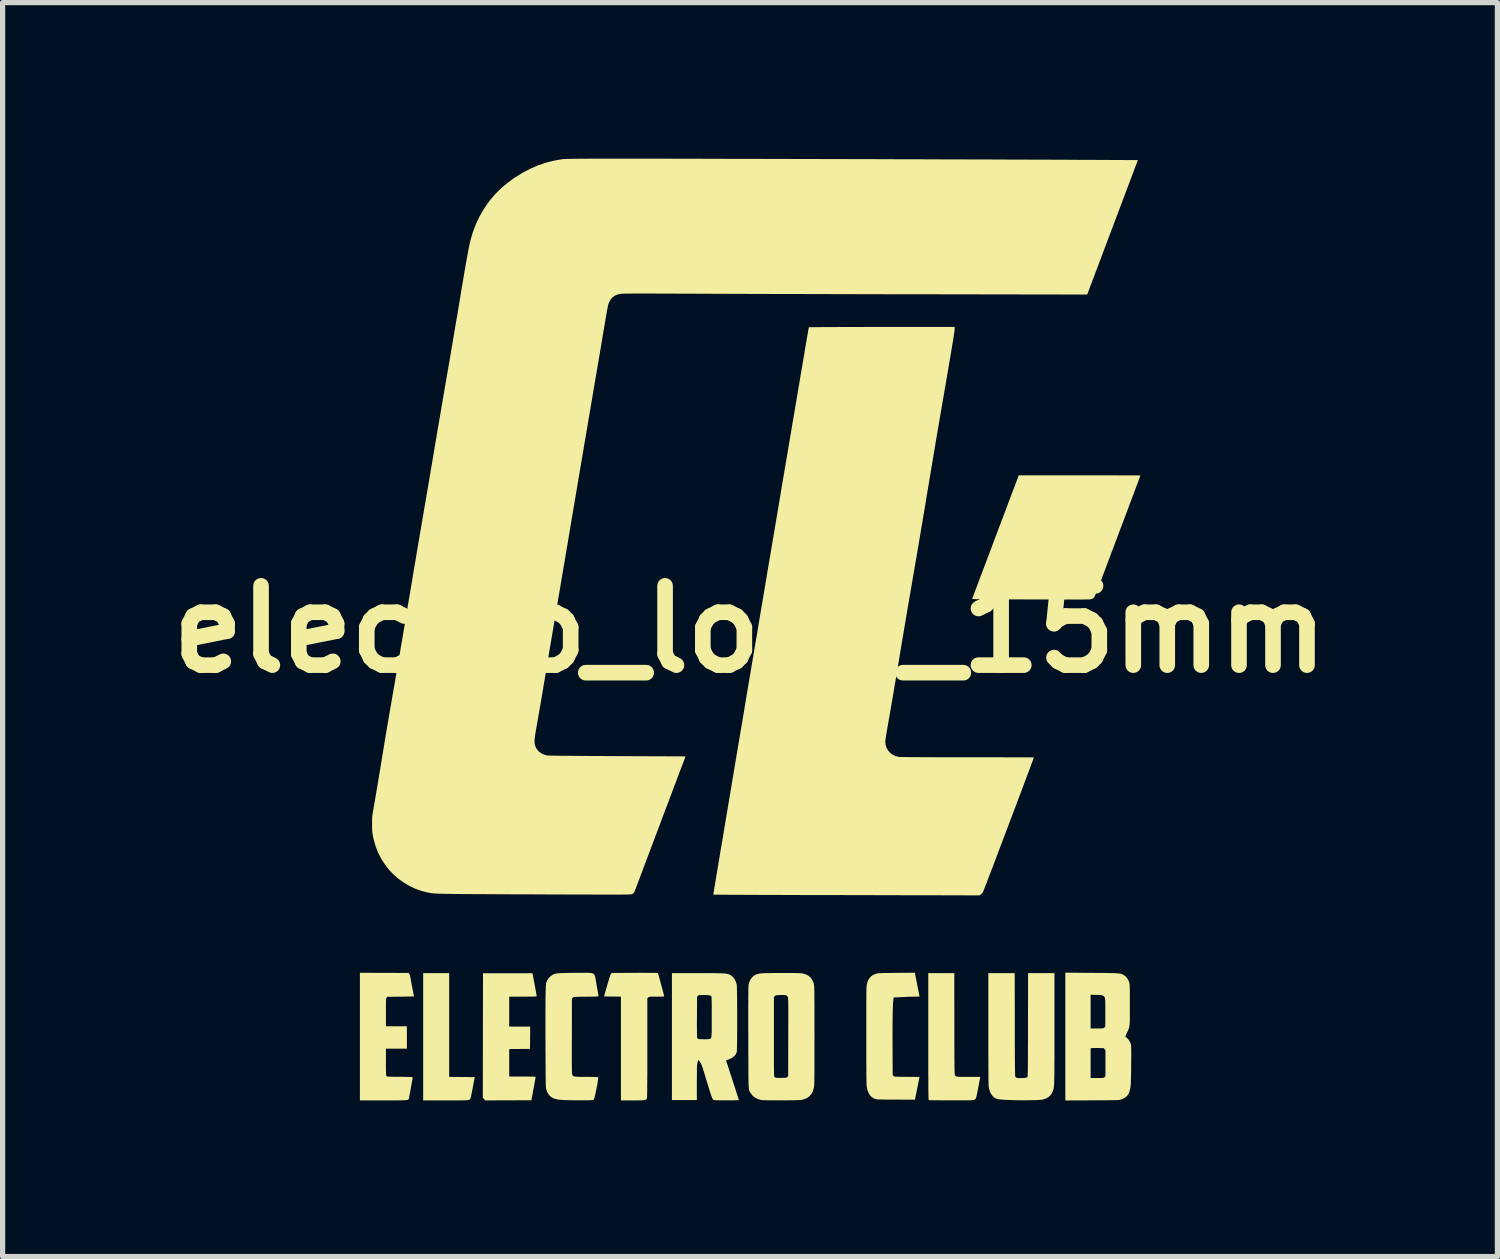
<source format=kicad_pcb>
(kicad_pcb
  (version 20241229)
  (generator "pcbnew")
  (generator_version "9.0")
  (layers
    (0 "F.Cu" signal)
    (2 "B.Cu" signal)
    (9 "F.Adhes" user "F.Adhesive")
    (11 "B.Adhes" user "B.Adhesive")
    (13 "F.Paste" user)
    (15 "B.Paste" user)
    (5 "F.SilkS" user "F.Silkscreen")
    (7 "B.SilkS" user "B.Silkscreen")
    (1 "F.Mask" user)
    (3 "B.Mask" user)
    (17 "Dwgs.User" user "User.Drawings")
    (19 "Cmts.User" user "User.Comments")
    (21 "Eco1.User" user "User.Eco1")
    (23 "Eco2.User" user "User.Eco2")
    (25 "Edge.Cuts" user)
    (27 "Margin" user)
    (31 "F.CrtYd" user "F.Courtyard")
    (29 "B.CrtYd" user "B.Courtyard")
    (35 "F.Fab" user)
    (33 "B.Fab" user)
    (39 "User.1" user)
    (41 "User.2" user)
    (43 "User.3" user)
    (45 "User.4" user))
  (footprint "electro_logo_15mm"
    (layer "F.Cu")
    (at 11.365 9.044)
    (property "Reference" "electro_logo_15mm" (at 0 0 0) (layer "F.SilkS") (effects (font (size 1.524 1.524) (thickness 0.3))))
    (attr board_only exclude_from_pos_files exclude_from_bom)
    (fp_poly (pts (xy -5.782 8.603) (xy -5.537 8.605) (xy -5.291 8.607) (xy -5.327 8.8) (xy -5.337 8.851) (xy -5.346 8.898) (xy -5.355 8.94) (xy -5.362 8.974) (xy -5.368 8.999) (xy -5.371 9.012) (xy -5.372 9.012) (xy -5.375 9.021) (xy -5.379 9.028) (xy -5.383 9.034) (xy -5.39 9.039) (xy -5.4 9.044) (xy -5.414 9.047) (xy -5.434 9.05) (xy -5.459 9.052) (xy -5.492 9.053) (xy -5.533 9.054) (xy -5.583 9.055) (xy -5.644 9.055) (xy -5.716 9.055) (xy -5.8 9.055) (xy -5.851 9.055) (xy -6.282 9.055) (xy -6.282 6.609) (xy -5.782 6.609)) (stroke (width 0) (type solid)) (fill yes) (layer "F.SilkS"))
    (fp_poly (pts (xy -4.141 6.824) (xy -4.131 6.877) (xy -4.122 6.926) (xy -4.114 6.969) (xy -4.108 7.005) (xy -4.103 7.031) (xy -4.101 7.046) (xy -4.101 7.048) (xy -4.101 7.052) (xy -4.104 7.054) (xy -4.111 7.056) (xy -4.122 7.058) (xy -4.14 7.059) (xy -4.165 7.06) (xy -4.199 7.06) (xy -4.243 7.06) (xy -4.299 7.061) (xy -4.364 7.061) (xy -4.628 7.061) (xy -4.628 7.637) (xy -4.225 7.637) (xy -4.227 7.851) (xy -4.229 8.065) (xy -4.628 8.068) (xy -4.628 8.596) (xy -4.375 8.596) (xy -4.308 8.596) (xy -4.255 8.597) (xy -4.213 8.597) (xy -4.18 8.597) (xy -4.157 8.598) (xy -4.14 8.6) (xy -4.13 8.601) (xy -4.124 8.603) (xy -4.122 8.606) (xy -4.121 8.609) (xy -4.123 8.618) (xy -4.126 8.64) (xy -4.132 8.671) (xy -4.139 8.712) (xy -4.147 8.758) (xy -4.157 8.81) (xy -4.162 8.836) (xy -4.201 9.052) (xy -5.088 9.055) (xy -5.112 9.029) (xy -5.136 9.004) (xy -5.132 6.612) (xy -4.181 6.612)) (stroke (width 0) (type solid)) (fill yes) (layer "F.SilkS"))
    (fp_poly (pts (xy -1.998 6.603) (xy -1.937 6.604) (xy -1.884 6.604) (xy -1.84 6.604) (xy -1.805 6.605) (xy -1.782 6.606) (xy -1.772 6.607) (xy -1.771 6.607) (xy -1.768 6.615) (xy -1.762 6.635) (xy -1.753 6.664) (xy -1.742 6.703) (xy -1.73 6.748) (xy -1.717 6.798) (xy -1.709 6.824) (xy -1.696 6.877) (xy -1.683 6.925) (xy -1.671 6.968) (xy -1.662 7.004) (xy -1.655 7.03) (xy -1.651 7.045) (xy -1.65 7.048) (xy -1.649 7.052) (xy -1.652 7.055) (xy -1.66 7.058) (xy -1.674 7.059) (xy -1.696 7.06) (xy -1.728 7.06) (xy -1.772 7.061) (xy -1.793 7.061) (xy -1.841 7.061) (xy -1.878 7.061) (xy -1.905 7.061) (xy -1.924 7.063) (xy -1.936 7.065) (xy -1.945 7.068) (xy -1.951 7.072) (xy -1.957 7.078) (xy -1.974 7.095) (xy -1.974 8.043) (xy -1.974 8.19) (xy -1.974 8.325) (xy -1.974 8.446) (xy -1.974 8.554) (xy -1.975 8.65) (xy -1.975 8.734) (xy -1.976 8.806) (xy -1.976 8.867) (xy -1.977 8.916) (xy -1.978 8.955) (xy -1.979 8.984) (xy -1.98 9.003) (xy -1.981 9.012) (xy -1.981 9.013) (xy -1.986 9.024) (xy -1.991 9.032) (xy -1.999 9.039) (xy -2.011 9.045) (xy -2.027 9.049) (xy -2.051 9.052) (xy -2.083 9.053) (xy -2.124 9.054) (xy -2.176 9.055) (xy -2.24 9.055) (xy -2.255 9.055) (xy -2.481 9.055) (xy -2.481 7.061) (xy -2.643 7.059) (xy -2.806 7.057) (xy -2.746 6.847) (xy -2.727 6.783) (xy -2.712 6.731) (xy -2.699 6.691) (xy -2.689 6.66) (xy -2.681 6.639) (xy -2.674 6.626) (xy -2.67 6.621) (xy -2.654 6.605) (xy -2.215 6.604) (xy -2.139 6.603) (xy -2.066 6.603)) (stroke (width 0) (type solid)) (fill yes) (layer "F.SilkS"))
    (fp_poly (pts (xy 3.927 7.573) (xy 3.927 7.717) (xy 3.927 7.848) (xy 3.927 7.965) (xy 3.928 8.071) (xy 3.928 8.164) (xy 3.928 8.246) (xy 3.929 8.318) (xy 3.929 8.379) (xy 3.93 8.43) (xy 3.931 8.472) (xy 3.932 8.506) (xy 3.933 8.531) (xy 3.934 8.549) (xy 3.935 8.559) (xy 3.935 8.561) (xy 3.94 8.572) (xy 3.945 8.581) (xy 3.952 8.588) (xy 3.963 8.593) (xy 3.98 8.597) (xy 4.003 8.6) (xy 4.033 8.602) (xy 4.074 8.603) (xy 4.125 8.603) (xy 4.188 8.603) (xy 4.202 8.603) (xy 4.425 8.603) (xy 4.412 8.675) (xy 4.396 8.759) (xy 4.382 8.831) (xy 4.371 8.89) (xy 4.361 8.937) (xy 4.353 8.973) (xy 4.346 8.998) (xy 4.341 9.014) (xy 4.339 9.018) (xy 4.334 9.025) (xy 4.329 9.032) (xy 4.323 9.037) (xy 4.314 9.042) (xy 4.303 9.045) (xy 4.287 9.048) (xy 4.266 9.05) (xy 4.239 9.052) (xy 4.204 9.053) (xy 4.161 9.054) (xy 4.108 9.054) (xy 4.044 9.054) (xy 3.969 9.054) (xy 3.882 9.054) (xy 3.869 9.054) (xy 3.794 9.054) (xy 3.723 9.054) (xy 3.657 9.053) (xy 3.597 9.053) (xy 3.545 9.052) (xy 3.502 9.052) (xy 3.469 9.051) (xy 3.447 9.051) (xy 3.438 9.05) (xy 3.437 9.049) (xy 3.435 9.047) (xy 3.434 9.043) (xy 3.433 9.036) (xy 3.432 9.026) (xy 3.431 9.012) (xy 3.43 8.994) (xy 3.429 8.97) (xy 3.429 8.942) (xy 3.428 8.906) (xy 3.428 8.865) (xy 3.427 8.815) (xy 3.427 8.758) (xy 3.427 8.692) (xy 3.427 8.616) (xy 3.426 8.531) (xy 3.426 8.436) (xy 3.426 8.329) (xy 3.426 8.211) (xy 3.426 8.08) (xy 3.426 7.937) (xy 3.426 7.828) (xy 3.426 6.609) (xy 3.926 6.609)) (stroke (width 0) (type solid)) (fill yes) (layer "F.SilkS"))
    (fp_poly (pts (xy -7.032 6.604) (xy -6.566 6.605) (xy -6.55 6.624) (xy -6.54 6.641) (xy -6.532 6.668) (xy -6.526 6.698) (xy -6.522 6.722) (xy -6.516 6.756) (xy -6.508 6.798) (xy -6.5 6.845) (xy -6.49 6.893) (xy -6.488 6.905) (xy -6.458 7.057) (xy -6.715 7.061) (xy -6.971 7.064) (xy -6.985 7.08) (xy -6.988 7.085) (xy -6.991 7.091) (xy -6.993 7.1) (xy -6.995 7.113) (xy -6.996 7.132) (xy -6.997 7.157) (xy -6.998 7.191) (xy -6.998 7.234) (xy -6.998 7.289) (xy -6.998 7.355) (xy -6.998 7.63) (xy -6.595 7.63) (xy -6.595 8.061) (xy -6.998 8.061) (xy -6.998 8.317) (xy -6.998 8.386) (xy -6.998 8.442) (xy -6.997 8.486) (xy -6.996 8.521) (xy -6.995 8.547) (xy -6.994 8.565) (xy -6.992 8.578) (xy -6.989 8.585) (xy -6.988 8.586) (xy -6.985 8.59) (xy -6.98 8.593) (xy -6.972 8.595) (xy -6.96 8.597) (xy -6.943 8.598) (xy -6.917 8.599) (xy -6.884 8.6) (xy -6.84 8.601) (xy -6.785 8.601) (xy -6.731 8.602) (xy -6.664 8.602) (xy -6.61 8.603) (xy -6.568 8.604) (xy -6.535 8.605) (xy -6.512 8.606) (xy -6.496 8.608) (xy -6.488 8.61) (xy -6.484 8.612) (xy -6.484 8.613) (xy -6.485 8.623) (xy -6.488 8.643) (xy -6.493 8.674) (xy -6.5 8.711) (xy -6.508 8.754) (xy -6.516 8.799) (xy -6.524 8.846) (xy -6.532 8.891) (xy -6.54 8.933) (xy -6.547 8.969) (xy -6.552 8.997) (xy -6.556 9.016) (xy -6.557 9.022) (xy -6.56 9.028) (xy -6.563 9.034) (xy -6.567 9.039) (xy -6.575 9.043) (xy -6.587 9.046) (xy -6.603 9.048) (xy -6.625 9.051) (xy -6.653 9.052) (xy -6.69 9.053) (xy -6.735 9.054) (xy -6.79 9.055) (xy -6.855 9.055) (xy -6.932 9.055) (xy -7.022 9.055) (xy -7.498 9.055) (xy -7.498 6.602)) (stroke (width 0) (type solid)) (fill yes) (layer "F.SilkS"))
    (fp_poly (pts (xy 5.089 7.602) (xy 5.089 7.74) (xy 5.089 7.865) (xy 5.089 7.977) (xy 5.09 8.077) (xy 5.09 8.166) (xy 5.09 8.245) (xy 5.091 8.313) (xy 5.091 8.373) (xy 5.092 8.423) (xy 5.092 8.466) (xy 5.093 8.502) (xy 5.094 8.531) (xy 5.095 8.554) (xy 5.095 8.572) (xy 5.097 8.586) (xy 5.098 8.595) (xy 5.099 8.602) (xy 5.101 8.606) (xy 5.102 8.607) (xy 5.117 8.617) (xy 5.14 8.624) (xy 5.173 8.627) (xy 5.216 8.626) (xy 5.239 8.625) (xy 5.276 8.623) (xy 5.3 8.619) (xy 5.317 8.615) (xy 5.327 8.61) (xy 5.328 8.608) (xy 5.33 8.606) (xy 5.331 8.603) (xy 5.333 8.597) (xy 5.334 8.589) (xy 5.335 8.578) (xy 5.336 8.562) (xy 5.337 8.542) (xy 5.338 8.517) (xy 5.339 8.485) (xy 5.339 8.447) (xy 5.34 8.401) (xy 5.34 8.348) (xy 5.341 8.285) (xy 5.341 8.214) (xy 5.341 8.132) (xy 5.341 8.039) (xy 5.342 7.935) (xy 5.342 7.819) (xy 5.342 7.69) (xy 5.342 7.602) (xy 5.344 6.609) (xy 5.851 6.609) (xy 5.851 7.657) (xy 5.851 7.803) (xy 5.851 7.936) (xy 5.851 8.057) (xy 5.851 8.166) (xy 5.851 8.264) (xy 5.85 8.351) (xy 5.85 8.428) (xy 5.85 8.496) (xy 5.849 8.556) (xy 5.848 8.608) (xy 5.847 8.653) (xy 5.846 8.691) (xy 5.845 8.724) (xy 5.843 8.752) (xy 5.841 8.775) (xy 5.839 8.794) (xy 5.837 8.811) (xy 5.835 8.825) (xy 5.832 8.838) (xy 5.829 8.849) (xy 5.827 8.854) (xy 5.805 8.91) (xy 5.775 8.956) (xy 5.734 8.992) (xy 5.684 9.02) (xy 5.623 9.039) (xy 5.6 9.042) (xy 5.565 9.045) (xy 5.518 9.048) (xy 5.463 9.05) (xy 5.401 9.051) (xy 5.332 9.052) (xy 5.26 9.052) (xy 5.184 9.052) (xy 5.108 9.051) (xy 5.032 9.049) (xy 5 9.048) (xy 4.949 9.046) (xy 4.9 9.044) (xy 4.856 9.041) (xy 4.819 9.038) (xy 4.791 9.036) (xy 4.78 9.034) (xy 4.729 9.019) (xy 4.686 8.994) (xy 4.65 8.957) (xy 4.621 8.909) (xy 4.599 8.85) (xy 4.587 8.795) (xy 4.586 8.781) (xy 4.585 8.755) (xy 4.584 8.714) (xy 4.583 8.66) (xy 4.582 8.593) (xy 4.582 8.512) (xy 4.581 8.417) (xy 4.581 8.308) (xy 4.58 8.186) (xy 4.58 8.05) (xy 4.58 7.9) (xy 4.58 7.737) (xy 4.58 7.681) (xy 4.58 6.609) (xy 5.087 6.609)) (stroke (width 0) (type solid)) (fill yes) (layer "F.SilkS"))
    (fp_poly (pts (xy 5.743 -2.959) (xy 5.85 -2.959) (xy 5.962 -2.959) (xy 6.08 -2.959) (xy 6.202 -2.959) (xy 6.328 -2.959) (xy 6.336 -2.959) (xy 7.503 -2.957) (xy 7.465 -2.853) (xy 7.458 -2.832) (xy 7.446 -2.8) (xy 7.429 -2.756) (xy 7.409 -2.703) (xy 7.386 -2.64) (xy 7.359 -2.569) (xy 7.33 -2.491) (xy 7.298 -2.407) (xy 7.265 -2.318) (xy 7.23 -2.224) (xy 7.193 -2.127) (xy 7.156 -2.027) (xy 7.146 -2.001) (xy 7.106 -1.897) (xy 7.066 -1.79) (xy 7.026 -1.684) (xy 6.987 -1.579) (xy 6.948 -1.477) (xy 6.911 -1.378) (xy 6.876 -1.285) (xy 6.844 -1.198) (xy 6.814 -1.12) (xy 6.788 -1.05) (xy 6.766 -0.991) (xy 6.751 -0.949) (xy 6.725 -0.881) (xy 6.701 -0.818) (xy 6.679 -0.761) (xy 6.659 -0.713) (xy 6.643 -0.673) (xy 6.63 -0.643) (xy 6.621 -0.625) (xy 6.618 -0.62) (xy 6.6 -0.601) (xy 6.577 -0.586) (xy 6.571 -0.583) (xy 6.568 -0.582) (xy 6.565 -0.58) (xy 6.562 -0.579) (xy 6.557 -0.578) (xy 6.552 -0.577) (xy 6.544 -0.576) (xy 6.533 -0.575) (xy 6.52 -0.574) (xy 6.503 -0.574) (xy 6.482 -0.573) (xy 6.456 -0.573) (xy 6.426 -0.572) (xy 6.389 -0.572) (xy 6.347 -0.572) (xy 6.298 -0.571) (xy 6.242 -0.571) (xy 6.178 -0.571) (xy 6.106 -0.571) (xy 6.025 -0.571) (xy 5.935 -0.572) (xy 5.835 -0.572) (xy 5.725 -0.572) (xy 5.605 -0.573) (xy 5.472 -0.573) (xy 5.329 -0.573) (xy 5.172 -0.574) (xy 5.003 -0.574) (xy 4.821 -0.575) (xy 4.817 -0.575) (xy 4.716 -0.575) (xy 4.629 -0.576) (xy 4.553 -0.576) (xy 4.489 -0.577) (xy 4.435 -0.577) (xy 4.391 -0.578) (xy 4.355 -0.578) (xy 4.327 -0.579) (xy 4.306 -0.58) (xy 4.29 -0.581) (xy 4.28 -0.582) (xy 4.274 -0.584) (xy 4.271 -0.586) (xy 4.27 -0.588) (xy 4.27 -0.589) (xy 4.273 -0.597) (xy 4.281 -0.617) (xy 4.293 -0.648) (xy 4.309 -0.691) (xy 4.329 -0.744) (xy 4.353 -0.807) (xy 4.38 -0.879) (xy 4.41 -0.959) (xy 4.443 -1.048) (xy 4.479 -1.143) (xy 4.518 -1.244) (xy 4.558 -1.352) (xy 4.601 -1.464) (xy 4.645 -1.581) (xy 4.69 -1.702) (xy 4.719 -1.778) (xy 4.765 -1.901) (xy 4.81 -2.02) (xy 4.854 -2.135) (xy 4.896 -2.246) (xy 4.935 -2.35) (xy 4.972 -2.449) (xy 5.007 -2.541) (xy 5.039 -2.626) (xy 5.068 -2.702) (xy 5.094 -2.77) (xy 5.116 -2.828) (xy 5.134 -2.877) (xy 5.149 -2.914) (xy 5.159 -2.941) (xy 5.165 -2.955) (xy 5.166 -2.958) (xy 5.173 -2.958) (xy 5.193 -2.959) (xy 5.226 -2.959) (xy 5.27 -2.959) (xy 5.326 -2.959) (xy 5.392 -2.959) (xy 5.467 -2.959) (xy 5.551 -2.959) (xy 5.643 -2.959)) (stroke (width 0) (type solid)) (fill yes) (layer "F.SilkS"))
    (fp_poly (pts (xy 3.171 6.617) (xy 3.173 6.628) (xy 3.178 6.65) (xy 3.184 6.683) (xy 3.192 6.723) (xy 3.201 6.77) (xy 3.211 6.821) (xy 3.214 6.835) (xy 3.224 6.886) (xy 3.233 6.934) (xy 3.242 6.976) (xy 3.248 7.009) (xy 3.253 7.034) (xy 3.256 7.047) (xy 3.257 7.048) (xy 3.257 7.054) (xy 3.253 7.057) (xy 3.243 7.059) (xy 3.224 7.06) (xy 3.194 7.06) (xy 3.178 7.061) (xy 3.147 7.061) (xy 3.105 7.062) (xy 3.055 7.063) (xy 3.002 7.065) (xy 2.949 7.068) (xy 2.928 7.069) (xy 2.76 7.077) (xy 2.756 7.105) (xy 2.753 7.139) (xy 2.749 7.182) (xy 2.747 7.235) (xy 2.744 7.298) (xy 2.742 7.371) (xy 2.741 7.456) (xy 2.74 7.552) (xy 2.739 7.661) (xy 2.739 7.782) (xy 2.739 7.916) (xy 2.739 7.993) (xy 2.742 8.568) (xy 2.757 8.584) (xy 2.762 8.588) (xy 2.767 8.592) (xy 2.774 8.594) (xy 2.784 8.596) (xy 2.8 8.598) (xy 2.822 8.599) (xy 2.851 8.6) (xy 2.89 8.601) (xy 2.94 8.601) (xy 3.002 8.602) (xy 3.015 8.602) (xy 3.257 8.604) (xy 3.217 8.807) (xy 3.206 8.859) (xy 3.197 8.907) (xy 3.188 8.949) (xy 3.181 8.984) (xy 3.176 9.01) (xy 3.173 9.024) (xy 3.172 9.026) (xy 3.169 9.041) (xy 2.82 9.04) (xy 2.75 9.04) (xy 2.684 9.04) (xy 2.623 9.039) (xy 2.568 9.038) (xy 2.521 9.037) (xy 2.483 9.036) (xy 2.455 9.035) (xy 2.44 9.034) (xy 2.439 9.034) (xy 2.387 9.02) (xy 2.344 8.995) (xy 2.307 8.959) (xy 2.278 8.912) (xy 2.256 8.853) (xy 2.247 8.814) (xy 2.245 8.805) (xy 2.243 8.795) (xy 2.242 8.782) (xy 2.241 8.766) (xy 2.24 8.746) (xy 2.239 8.722) (xy 2.238 8.692) (xy 2.237 8.657) (xy 2.237 8.614) (xy 2.236 8.565) (xy 2.236 8.507) (xy 2.236 8.44) (xy 2.235 8.364) (xy 2.235 8.277) (xy 2.235 8.18) (xy 2.235 8.07) (xy 2.235 7.948) (xy 2.235 7.813) (xy 2.235 7.811) (xy 2.235 7.677) (xy 2.235 7.555) (xy 2.235 7.446) (xy 2.235 7.349) (xy 2.235 7.263) (xy 2.235 7.187) (xy 2.235 7.121) (xy 2.236 7.064) (xy 2.236 7.015) (xy 2.236 6.973) (xy 2.237 6.938) (xy 2.238 6.909) (xy 2.239 6.885) (xy 2.24 6.866) (xy 2.241 6.85) (xy 2.242 6.838) (xy 2.244 6.828) (xy 2.245 6.82) (xy 2.246 6.815) (xy 2.266 6.756) (xy 2.293 6.708) (xy 2.327 6.67) (xy 2.37 6.641) (xy 2.424 6.62) (xy 2.429 6.619) (xy 2.44 6.616) (xy 2.452 6.613) (xy 2.468 6.611) (xy 2.489 6.61) (xy 2.515 6.608) (xy 2.547 6.607) (xy 2.588 6.606) (xy 2.639 6.606) (xy 2.7 6.605) (xy 2.773 6.604) (xy 2.819 6.604) (xy 3.167 6.601)) (stroke (width 0) (type solid)) (fill yes) (layer "F.SilkS"))
    (fp_poly (pts (xy 6.565 6.604) (xy 6.665 6.605) (xy 6.752 6.605) (xy 6.828 6.606) (xy 6.892 6.607) (xy 6.946 6.608) (xy 6.992 6.609) (xy 7.03 6.611) (xy 7.061 6.613) (xy 7.086 6.615) (xy 7.107 6.618) (xy 7.124 6.621) (xy 7.138 6.625) (xy 7.151 6.63) (xy 7.162 6.635) (xy 7.175 6.641) (xy 7.175 6.642) (xy 7.219 6.672) (xy 7.253 6.712) (xy 7.279 6.762) (xy 7.288 6.786) (xy 7.29 6.796) (xy 7.293 6.807) (xy 7.295 6.82) (xy 7.296 6.837) (xy 7.297 6.858) (xy 7.298 6.885) (xy 7.299 6.919) (xy 7.3 6.962) (xy 7.3 7.014) (xy 7.3 7.076) (xy 7.3 7.15) (xy 7.3 7.22) (xy 7.3 7.306) (xy 7.3 7.378) (xy 7.3 7.44) (xy 7.3 7.491) (xy 7.299 7.534) (xy 7.297 7.569) (xy 7.295 7.599) (xy 7.292 7.623) (xy 7.288 7.645) (xy 7.283 7.664) (xy 7.277 7.682) (xy 7.269 7.701) (xy 7.26 7.722) (xy 7.249 7.745) (xy 7.244 7.756) (xy 7.231 7.784) (xy 7.221 7.808) (xy 7.215 7.824) (xy 7.214 7.829) (xy 7.219 7.837) (xy 7.232 7.847) (xy 7.238 7.851) (xy 7.268 7.878) (xy 7.294 7.914) (xy 7.314 7.956) (xy 7.316 7.964) (xy 7.319 7.974) (xy 7.321 7.986) (xy 7.323 8) (xy 7.324 8.019) (xy 7.326 8.043) (xy 7.326 8.074) (xy 7.327 8.112) (xy 7.327 8.161) (xy 7.327 8.219) (xy 7.326 8.29) (xy 7.326 8.329) (xy 7.325 8.399) (xy 7.325 8.467) (xy 7.324 8.533) (xy 7.322 8.593) (xy 7.321 8.646) (xy 7.32 8.691) (xy 7.319 8.725) (xy 7.318 8.742) (xy 7.31 8.814) (xy 7.296 8.874) (xy 7.277 8.924) (xy 7.251 8.964) (xy 7.218 8.995) (xy 7.176 9.02) (xy 7.138 9.036) (xy 7.129 9.039) (xy 7.12 9.041) (xy 7.11 9.043) (xy 7.099 9.045) (xy 7.084 9.047) (xy 7.066 9.048) (xy 7.042 9.049) (xy 7.013 9.05) (xy 6.976 9.051) (xy 6.932 9.051) (xy 6.878 9.052) (xy 6.814 9.052) (xy 6.739 9.053) (xy 6.653 9.053) (xy 6.576 9.054) (xy 6.06 9.056) (xy 6.06 8.624) (xy 6.546 8.624) (xy 6.672 8.624) (xy 6.716 8.624) (xy 6.749 8.624) (xy 6.772 8.623) (xy 6.788 8.621) (xy 6.799 8.619) (xy 6.806 8.614) (xy 6.812 8.609) (xy 6.814 8.607) (xy 6.831 8.59) (xy 6.831 8.09) (xy 6.814 8.07) (xy 6.798 8.051) (xy 6.689 8.048) (xy 6.65 8.048) (xy 6.615 8.048) (xy 6.587 8.049) (xy 6.568 8.05) (xy 6.563 8.05) (xy 6.546 8.055) (xy 6.546 8.624) (xy 6.06 8.624) (xy 6.06 7.024) (xy 6.546 7.024) (xy 6.546 7.672) (xy 6.668 7.672) (xy 6.711 7.672) (xy 6.744 7.672) (xy 6.766 7.671) (xy 6.782 7.669) (xy 6.793 7.666) (xy 6.8 7.662) (xy 6.808 7.656) (xy 6.808 7.655) (xy 6.828 7.639) (xy 6.828 7.365) (xy 6.828 7.295) (xy 6.828 7.239) (xy 6.827 7.193) (xy 6.827 7.157) (xy 6.826 7.13) (xy 6.825 7.109) (xy 6.823 7.095) (xy 6.821 7.084) (xy 6.818 7.077) (xy 6.816 7.073) (xy 6.804 7.057) (xy 6.793 7.046) (xy 6.777 7.038) (xy 6.757 7.033) (xy 6.729 7.03) (xy 6.69 7.028) (xy 6.656 7.027) (xy 6.546 7.024) (xy 6.06 7.024) (xy 6.06 6.6)) (stroke (width 0) (type solid)) (fill yes) (layer "F.SilkS"))
    (fp_poly (pts (xy -3.145 6.602) (xy -3.107 6.603) (xy -3.078 6.605) (xy -3.055 6.607) (xy -3.037 6.61) (xy -3.024 6.615) (xy -3.013 6.62) (xy -3.005 6.626) (xy -3.002 6.629) (xy -2.996 6.634) (xy -2.99 6.641) (xy -2.986 6.651) (xy -2.981 6.664) (xy -2.976 6.683) (xy -2.971 6.71) (xy -2.964 6.746) (xy -2.956 6.792) (xy -2.947 6.844) (xy -2.938 6.895) (xy -2.93 6.942) (xy -2.923 6.983) (xy -2.917 7.015) (xy -2.913 7.038) (xy -2.912 7.05) (xy -2.912 7.051) (xy -2.914 7.053) (xy -2.922 7.055) (xy -2.936 7.057) (xy -2.958 7.059) (xy -2.989 7.06) (xy -3.03 7.061) (xy -3.083 7.061) (xy -3.149 7.062) (xy -3.151 7.062) (xy -3.215 7.063) (xy -3.267 7.063) (xy -3.307 7.064) (xy -3.338 7.065) (xy -3.361 7.066) (xy -3.378 7.067) (xy -3.389 7.069) (xy -3.396 7.072) (xy -3.402 7.075) (xy -3.406 7.079) (xy -3.407 7.08) (xy -3.423 7.096) (xy -3.424 7.814) (xy -3.425 7.935) (xy -3.425 8.043) (xy -3.425 8.138) (xy -3.425 8.222) (xy -3.425 8.294) (xy -3.424 8.356) (xy -3.424 8.408) (xy -3.423 8.452) (xy -3.423 8.487) (xy -3.422 8.514) (xy -3.421 8.534) (xy -3.419 8.549) (xy -3.418 8.557) (xy -3.417 8.559) (xy -3.413 8.57) (xy -3.408 8.579) (xy -3.4 8.587) (xy -3.387 8.592) (xy -3.37 8.596) (xy -3.345 8.599) (xy -3.313 8.601) (xy -3.27 8.602) (xy -3.217 8.603) (xy -3.151 8.603) (xy -3.145 8.603) (xy -3.091 8.603) (xy -3.042 8.604) (xy -2.998 8.605) (xy -2.963 8.606) (xy -2.937 8.607) (xy -2.922 8.609) (xy -2.92 8.609) (xy -2.918 8.618) (xy -2.919 8.638) (xy -2.923 8.667) (xy -2.928 8.704) (xy -2.935 8.747) (xy -2.943 8.792) (xy -2.953 8.839) (xy -2.962 8.886) (xy -2.972 8.929) (xy -2.981 8.968) (xy -2.989 9.001) (xy -2.996 9.024) (xy -3.002 9.037) (xy -3.003 9.038) (xy -3.007 9.041) (xy -3.013 9.044) (xy -3.021 9.047) (xy -3.033 9.049) (xy -3.052 9.05) (xy -3.077 9.051) (xy -3.112 9.052) (xy -3.156 9.052) (xy -3.212 9.052) (xy -3.247 9.052) (xy -3.308 9.052) (xy -3.37 9.052) (xy -3.429 9.052) (xy -3.483 9.051) (xy -3.53 9.05) (xy -3.567 9.048) (xy -3.577 9.048) (xy -3.617 9.045) (xy -3.655 9.042) (xy -3.689 9.038) (xy -3.713 9.035) (xy -3.716 9.034) (xy -3.775 9.016) (xy -3.823 8.989) (xy -3.863 8.952) (xy -3.893 8.905) (xy -3.916 8.846) (xy -3.917 8.843) (xy -3.918 8.835) (xy -3.92 8.826) (xy -3.921 8.815) (xy -3.923 8.8) (xy -3.924 8.78) (xy -3.925 8.756) (xy -3.926 8.727) (xy -3.926 8.691) (xy -3.927 8.648) (xy -3.928 8.597) (xy -3.928 8.537) (xy -3.929 8.468) (xy -3.929 8.388) (xy -3.93 8.298) (xy -3.93 8.196) (xy -3.931 8.081) (xy -3.931 7.971) (xy -3.932 7.861) (xy -3.932 7.752) (xy -3.932 7.646) (xy -3.932 7.543) (xy -3.932 7.445) (xy -3.932 7.352) (xy -3.931 7.267) (xy -3.931 7.189) (xy -3.931 7.121) (xy -3.93 7.063) (xy -3.929 7.015) (xy -3.929 6.981) (xy -3.928 6.97) (xy -3.926 6.917) (xy -3.925 6.875) (xy -3.923 6.844) (xy -3.921 6.82) (xy -3.918 6.802) (xy -3.915 6.787) (xy -3.91 6.775) (xy -3.905 6.762) (xy -3.905 6.761) (xy -3.875 6.711) (xy -3.836 6.671) (xy -3.81 6.652) (xy -3.794 6.642) (xy -3.778 6.633) (xy -3.762 6.627) (xy -3.743 6.621) (xy -3.721 6.616) (xy -3.693 6.613) (xy -3.66 6.61) (xy -3.618 6.608) (xy -3.567 6.607) (xy -3.506 6.605) (xy -3.433 6.604) (xy -3.398 6.604) (xy -3.317 6.603) (xy -3.248 6.602) (xy -3.191 6.602)) (stroke (width 0) (type solid)) (fill yes) (layer "F.SilkS"))
    (fp_poly (pts (xy -1.002 6.609) (xy -0.902 6.609) (xy -0.814 6.609) (xy -0.737 6.609) (xy -0.672 6.61) (xy -0.617 6.611) (xy -0.57 6.612) (xy -0.531 6.613) (xy -0.499 6.615) (xy -0.473 6.617) (xy -0.451 6.62) (xy -0.434 6.624) (xy -0.419 6.628) (xy -0.405 6.633) (xy -0.393 6.638) (xy -0.383 6.643) (xy -0.339 6.673) (xy -0.303 6.714) (xy -0.276 6.764) (xy -0.257 6.822) (xy -0.256 6.829) (xy -0.255 6.843) (xy -0.253 6.87) (xy -0.252 6.909) (xy -0.251 6.957) (xy -0.25 7.014) (xy -0.249 7.079) (xy -0.248 7.149) (xy -0.248 7.225) (xy -0.247 7.305) (xy -0.247 7.387) (xy -0.247 7.47) (xy -0.247 7.554) (xy -0.247 7.636) (xy -0.247 7.716) (xy -0.248 7.793) (xy -0.248 7.865) (xy -0.249 7.93) (xy -0.25 7.989) (xy -0.251 8.039) (xy -0.252 8.079) (xy -0.253 8.108) (xy -0.255 8.125) (xy -0.255 8.128) (xy -0.274 8.169) (xy -0.304 8.205) (xy -0.346 8.237) (xy -0.4 8.264) (xy -0.419 8.271) (xy -0.44 8.279) (xy -0.454 8.286) (xy -0.459 8.29) (xy -0.457 8.297) (xy -0.451 8.316) (xy -0.441 8.346) (xy -0.428 8.385) (xy -0.413 8.434) (xy -0.395 8.489) (xy -0.375 8.55) (xy -0.353 8.616) (xy -0.337 8.667) (xy -0.315 8.736) (xy -0.293 8.801) (xy -0.274 8.861) (xy -0.257 8.915) (xy -0.242 8.961) (xy -0.23 8.999) (xy -0.221 9.027) (xy -0.217 9.043) (xy -0.215 9.047) (xy -0.222 9.049) (xy -0.241 9.051) (xy -0.269 9.052) (xy -0.306 9.053) (xy -0.349 9.054) (xy -0.396 9.054) (xy -0.445 9.054) (xy -0.494 9.054) (xy -0.542 9.054) (xy -0.586 9.053) (xy -0.625 9.052) (xy -0.656 9.051) (xy -0.678 9.05) (xy -0.684 9.049) (xy -0.691 9.048) (xy -0.698 9.046) (xy -0.704 9.044) (xy -0.71 9.04) (xy -0.716 9.032) (xy -0.722 9.021) (xy -0.729 9.005) (xy -0.738 8.983) (xy -0.748 8.954) (xy -0.76 8.918) (xy -0.774 8.874) (xy -0.791 8.82) (xy -0.811 8.755) (xy -0.834 8.68) (xy -0.86 8.593) (xy -0.868 8.566) (xy -0.887 8.506) (xy -0.901 8.459) (xy -0.913 8.421) (xy -0.924 8.392) (xy -0.932 8.37) (xy -0.94 8.352) (xy -0.948 8.338) (xy -0.956 8.325) (xy -0.962 8.316) (xy -0.993 8.275) (xy -1.007 8.322) (xy -1.01 8.333) (xy -1.013 8.344) (xy -1.015 8.357) (xy -1.017 8.373) (xy -1.019 8.392) (xy -1.02 8.417) (xy -1.021 8.449) (xy -1.021 8.488) (xy -1.021 8.537) (xy -1.021 8.597) (xy -1.022 8.668) (xy -1.022 8.708) (xy -1.022 9.048) (xy -1.501 9.048) (xy -1.501 7.645) (xy -1.021 7.645) (xy -1.02 7.702) (xy -1.02 7.751) (xy -1.02 7.792) (xy -1.019 7.821) (xy -1.019 7.839) (xy -1.018 7.844) (xy -1.01 7.863) (xy -0.995 7.873) (xy -0.98 7.876) (xy -0.954 7.878) (xy -0.922 7.879) (xy -0.886 7.88) (xy -0.85 7.88) (xy -0.817 7.879) (xy -0.791 7.877) (xy -0.776 7.874) (xy -0.776 7.874) (xy -0.767 7.871) (xy -0.76 7.867) (xy -0.754 7.862) (xy -0.749 7.855) (xy -0.745 7.844) (xy -0.742 7.829) (xy -0.74 7.808) (xy -0.738 7.78) (xy -0.737 7.745) (xy -0.736 7.7) (xy -0.736 7.645) (xy -0.736 7.58) (xy -0.736 7.502) (xy -0.736 7.452) (xy -0.736 7.38) (xy -0.736 7.312) (xy -0.736 7.25) (xy -0.737 7.194) (xy -0.737 7.146) (xy -0.738 7.107) (xy -0.739 7.079) (xy -0.74 7.063) (xy -0.74 7.059) (xy -0.748 7.048) (xy -0.763 7.04) (xy -0.787 7.035) (xy -0.821 7.031) (xy -0.867 7.03) (xy -0.888 7.029) (xy -0.927 7.029) (xy -0.954 7.03) (xy -0.973 7.031) (xy -0.986 7.034) (xy -0.994 7.038) (xy -1.001 7.044) (xy -1.002 7.045) (xy -1.018 7.061) (xy -1.02 7.441) (xy -1.02 7.513) (xy -1.021 7.582) (xy -1.021 7.645) (xy -1.501 7.645) (xy -1.501 6.609)) (stroke (width 0) (type solid)) (fill yes) (layer "F.SilkS"))
    (fp_poly (pts (xy 0.688 6.606) (xy 0.765 6.607) (xy 0.83 6.607) (xy 0.884 6.608) (xy 0.928 6.609) (xy 0.962 6.61) (xy 0.987 6.612) (xy 1.004 6.614) (xy 1.008 6.615) (xy 1.07 6.632) (xy 1.122 6.659) (xy 1.164 6.694) (xy 1.197 6.74) (xy 1.22 6.795) (xy 1.227 6.821) (xy 1.229 6.829) (xy 1.23 6.839) (xy 1.232 6.851) (xy 1.233 6.867) (xy 1.234 6.886) (xy 1.235 6.91) (xy 1.235 6.939) (xy 1.236 6.975) (xy 1.237 7.017) (xy 1.237 7.067) (xy 1.237 7.125) (xy 1.238 7.192) (xy 1.238 7.268) (xy 1.238 7.355) (xy 1.238 7.453) (xy 1.238 7.563) (xy 1.238 7.686) (xy 1.239 7.815) (xy 1.238 7.95) (xy 1.238 8.072) (xy 1.238 8.181) (xy 1.238 8.279) (xy 1.238 8.366) (xy 1.238 8.442) (xy 1.238 8.509) (xy 1.237 8.567) (xy 1.237 8.616) (xy 1.236 8.659) (xy 1.235 8.694) (xy 1.235 8.724) (xy 1.234 8.748) (xy 1.233 8.767) (xy 1.231 8.783) (xy 1.23 8.795) (xy 1.229 8.805) (xy 1.227 8.812) (xy 1.208 8.877) (xy 1.18 8.931) (xy 1.143 8.974) (xy 1.096 9.008) (xy 1.039 9.033) (xy 0.987 9.045) (xy 0.969 9.047) (xy 0.939 9.049) (xy 0.899 9.05) (xy 0.849 9.052) (xy 0.793 9.053) (xy 0.732 9.053) (xy 0.667 9.054) (xy 0.601 9.054) (xy 0.535 9.054) (xy 0.47 9.054) (xy 0.409 9.054) (xy 0.353 9.053) (xy 0.304 9.052) (xy 0.265 9.051) (xy 0.235 9.049) (xy 0.219 9.048) (xy 0.154 9.031) (xy 0.098 9.004) (xy 0.052 8.967) (xy 0.021 8.928) (xy 0.014 8.918) (xy 0.007 8.909) (xy 0.001 8.901) (xy -0.004 8.892) (xy -0.008 8.883) (xy -0.012 8.872) (xy -0.016 8.86) (xy -0.019 8.844) (xy -0.022 8.824) (xy -0.024 8.801) (xy -0.026 8.772) (xy -0.028 8.738) (xy -0.029 8.697) (xy -0.03 8.649) (xy -0.031 8.593) (xy -0.031 8.528) (xy -0.032 8.455) (xy -0.032 8.371) (xy -0.032 8.277) (xy -0.033 8.171) (xy -0.033 8.053) (xy -0.033 7.923) (xy -0.033 7.846) (xy -0.033 7.831) (xy 0.459 7.831) (xy 0.459 7.95) (xy 0.459 8.057) (xy 0.459 8.151) (xy 0.459 8.234) (xy 0.459 8.305) (xy 0.459 8.367) (xy 0.46 8.42) (xy 0.46 8.464) (xy 0.461 8.5) (xy 0.461 8.529) (xy 0.462 8.552) (xy 0.463 8.57) (xy 0.464 8.583) (xy 0.466 8.593) (xy 0.467 8.599) (xy 0.469 8.603) (xy 0.471 8.605) (xy 0.471 8.605) (xy 0.48 8.612) (xy 0.49 8.617) (xy 0.505 8.62) (xy 0.526 8.622) (xy 0.555 8.622) (xy 0.596 8.622) (xy 0.606 8.622) (xy 0.645 8.621) (xy 0.672 8.62) (xy 0.69 8.618) (xy 0.702 8.615) (xy 0.71 8.611) (xy 0.717 8.605) (xy 0.733 8.589) (xy 0.735 7.837) (xy 0.735 7.719) (xy 0.735 7.613) (xy 0.736 7.52) (xy 0.736 7.439) (xy 0.736 7.368) (xy 0.736 7.307) (xy 0.735 7.255) (xy 0.735 7.212) (xy 0.735 7.176) (xy 0.734 7.147) (xy 0.733 7.124) (xy 0.732 7.106) (xy 0.731 7.092) (xy 0.73 7.082) (xy 0.728 7.075) (xy 0.726 7.069) (xy 0.724 7.065) (xy 0.723 7.062) (xy 0.712 7.047) (xy 0.698 7.037) (xy 0.68 7.031) (xy 0.654 7.029) (xy 0.617 7.029) (xy 0.611 7.029) (xy 0.579 7.03) (xy 0.549 7.031) (xy 0.525 7.032) (xy 0.519 7.032) (xy 0.491 7.039) (xy 0.476 7.05) (xy 0.459 7.067) (xy 0.459 7.831) (xy -0.033 7.831) (xy -0.034 7.694) (xy -0.034 7.555) (xy -0.034 7.429) (xy -0.034 7.317) (xy -0.034 7.217) (xy -0.033 7.129) (xy -0.033 7.053) (xy -0.032 6.989) (xy -0.032 6.936) (xy -0.031 6.894) (xy -0.03 6.863) (xy -0.029 6.842) (xy -0.028 6.832) (xy -0.012 6.774) (xy 0.013 6.724) (xy 0.047 6.682) (xy 0.088 6.65) (xy 0.1 6.644) (xy 0.117 6.636) (xy 0.134 6.63) (xy 0.151 6.624) (xy 0.171 6.619) (xy 0.194 6.616) (xy 0.223 6.613) (xy 0.257 6.611) (xy 0.298 6.609) (xy 0.348 6.608) (xy 0.407 6.607) (xy 0.478 6.607) (xy 0.561 6.606) (xy 0.598 6.606)) (stroke (width 0) (type solid)) (fill yes) (layer "F.SilkS"))
    (fp_poly (pts (xy 3.933 -5.766) (xy 3.932 -5.753) (xy 3.929 -5.726) (xy 3.923 -5.688) (xy 3.916 -5.639) (xy 3.906 -5.579) (xy 3.895 -5.51) (xy 3.882 -5.433) (xy 3.868 -5.348) (xy 3.853 -5.255) (xy 3.836 -5.157) (xy 3.818 -5.054) (xy 3.812 -5.017) (xy 3.781 -4.835) (xy 3.752 -4.666) (xy 3.725 -4.508) (xy 3.699 -4.36) (xy 3.676 -4.222) (xy 3.653 -4.091) (xy 3.632 -3.966) (xy 3.612 -3.848) (xy 3.592 -3.733) (xy 3.573 -3.622) (xy 3.555 -3.512) (xy 3.537 -3.403) (xy 3.518 -3.294) (xy 3.5 -3.184) (xy 3.481 -3.07) (xy 3.461 -2.953) (xy 3.441 -2.83) (xy 3.419 -2.701) (xy 3.396 -2.565) (xy 3.381 -2.471) (xy 3.36 -2.345) (xy 3.338 -2.215) (xy 3.316 -2.081) (xy 3.293 -1.946) (xy 3.27 -1.812) (xy 3.248 -1.678) (xy 3.226 -1.548) (xy 3.205 -1.423) (xy 3.184 -1.304) (xy 3.165 -1.193) (xy 3.148 -1.092) (xy 3.132 -1.002) (xy 3.124 -0.952) (xy 3.105 -0.845) (xy 3.085 -0.727) (xy 3.063 -0.601) (xy 3.041 -0.47) (xy 3.018 -0.336) (xy 2.995 -0.203) (xy 2.974 -0.074) (xy 2.953 0.049) (xy 2.934 0.163) (xy 2.925 0.215) (xy 2.887 0.445) (xy 2.851 0.661) (xy 2.817 0.863) (xy 2.785 1.051) (xy 2.756 1.226) (xy 2.728 1.388) (xy 2.703 1.536) (xy 2.679 1.671) (xy 2.658 1.793) (xy 2.647 1.853) (xy 2.637 1.914) (xy 2.627 1.972) (xy 2.618 2.026) (xy 2.611 2.072) (xy 2.605 2.111) (xy 2.601 2.14) (xy 2.599 2.157) (xy 2.599 2.159) (xy 2.606 2.222) (xy 2.625 2.28) (xy 2.655 2.332) (xy 2.695 2.376) (xy 2.744 2.413) (xy 2.801 2.439) (xy 2.856 2.453) (xy 2.87 2.454) (xy 2.897 2.455) (xy 2.939 2.456) (xy 2.994 2.456) (xy 3.062 2.457) (xy 3.145 2.458) (xy 3.241 2.458) (xy 3.352 2.459) (xy 3.476 2.459) (xy 3.614 2.46) (xy 3.766 2.46) (xy 3.931 2.46) (xy 4.111 2.46) (xy 4.178 2.46) (xy 4.31 2.46) (xy 4.439 2.46) (xy 4.563 2.46) (xy 4.681 2.46) (xy 4.794 2.46) (xy 4.901 2.461) (xy 5 2.461) (xy 5.091 2.461) (xy 5.174 2.461) (xy 5.247 2.462) (xy 5.311 2.462) (xy 5.364 2.462) (xy 5.405 2.462) (xy 5.435 2.463) (xy 5.451 2.463) (xy 5.455 2.463) (xy 5.453 2.471) (xy 5.446 2.491) (xy 5.434 2.522) (xy 5.419 2.565) (xy 5.399 2.617) (xy 5.377 2.678) (xy 5.351 2.748) (xy 5.322 2.825) (xy 5.29 2.909) (xy 5.256 3) (xy 5.22 3.096) (xy 5.182 3.196) (xy 5.143 3.301) (xy 5.102 3.408) (xy 5.061 3.518) (xy 5.018 3.63) (xy 4.976 3.742) (xy 4.933 3.855) (xy 4.891 3.967) (xy 4.849 4.077) (xy 4.808 4.186) (xy 4.768 4.291) (xy 4.73 4.393) (xy 4.693 4.49) (xy 4.658 4.582) (xy 4.625 4.668) (xy 4.594 4.748) (xy 4.567 4.82) (xy 4.543 4.883) (xy 4.521 4.938) (xy 4.504 4.983) (xy 4.491 5.017) (xy 4.481 5.041) (xy 4.477 5.051) (xy 4.464 5.07) (xy 4.446 5.089) (xy 4.438 5.095) (xy 4.411 5.115) (xy 3.673 5.113) (xy 3.599 5.113) (xy 3.511 5.113) (xy 3.412 5.113) (xy 3.301 5.112) (xy 3.18 5.112) (xy 3.05 5.112) (xy 2.911 5.112) (xy 2.765 5.111) (xy 2.613 5.111) (xy 2.455 5.111) (xy 2.293 5.11) (xy 2.127 5.11) (xy 1.958 5.11) (xy 1.787 5.109) (xy 1.616 5.109) (xy 1.444 5.109) (xy 1.274 5.108) (xy 1.118 5.108) (xy 0.96 5.108) (xy 0.805 5.107) (xy 0.655 5.107) (xy 0.51 5.106) (xy 0.369 5.106) (xy 0.235 5.106) (xy 0.108 5.105) (xy -0.013 5.105) (xy -0.126 5.104) (xy -0.23 5.104) (xy -0.326 5.103) (xy -0.412 5.103) (xy -0.489 5.102) (xy -0.555 5.102) (xy -0.609 5.101) (xy -0.652 5.101) (xy -0.683 5.1) (xy -0.701 5.1) (xy -0.706 5.099) (xy -0.705 5.092) (xy -0.701 5.072) (xy -0.696 5.039) (xy -0.689 4.993) (xy -0.679 4.935) (xy -0.668 4.866) (xy -0.654 4.785) (xy -0.639 4.693) (xy -0.622 4.591) (xy -0.603 4.478) (xy -0.583 4.356) (xy -0.561 4.225) (xy -0.537 4.084) (xy -0.512 3.935) (xy -0.486 3.778) (xy -0.458 3.613) (xy -0.429 3.441) (xy -0.399 3.262) (xy -0.368 3.076) (xy -0.336 2.884) (xy -0.303 2.686) (xy -0.269 2.483) (xy -0.234 2.275) (xy -0.198 2.062) (xy -0.161 1.845) (xy -0.124 1.625) (xy -0.087 1.401) (xy -0.049 1.174) (xy -0.01 0.944) (xy 0.029 0.713) (xy 0.068 0.479) (xy 0.108 0.244) (xy 0.148 0.008) (xy 0.187 -0.228) (xy 0.227 -0.465) (xy 0.267 -0.702) (xy 0.307 -0.938) (xy 0.346 -1.173) (xy 0.386 -1.406) (xy 0.425 -1.638) (xy 0.464 -1.868) (xy 0.502 -2.095) (xy 0.54 -2.319) (xy 0.577 -2.54) (xy 0.613 -2.757) (xy 0.649 -2.97) (xy 0.685 -3.178) (xy 0.719 -3.381) (xy 0.752 -3.579) (xy 0.785 -3.771) (xy 0.816 -3.958) (xy 0.847 -4.137) (xy 0.876 -4.31) (xy 0.904 -4.475) (xy 0.93 -4.633) (xy 0.956 -4.782) (xy 0.979 -4.923) (xy 1.002 -5.055) (xy 1.023 -5.177) (xy 1.042 -5.29) (xy 1.059 -5.393) (xy 1.075 -5.486) (xy 1.089 -5.567) (xy 1.101 -5.637) (xy 1.111 -5.695) (xy 1.119 -5.742) (xy 1.125 -5.776) (xy 1.129 -5.797) (xy 1.13 -5.804) (xy 1.13 -5.804) (xy 1.137 -5.805) (xy 1.158 -5.805) (xy 1.191 -5.806) (xy 1.236 -5.806) (xy 1.292 -5.807) (xy 1.359 -5.807) (xy 1.435 -5.808) (xy 1.522 -5.808) (xy 1.616 -5.808) (xy 1.719 -5.809) (xy 1.829 -5.809) (xy 1.946 -5.809) (xy 2.068 -5.809) (xy 2.196 -5.81) (xy 2.329 -5.81) (xy 2.466 -5.81) (xy 2.533 -5.81) (xy 3.933 -5.81)) (stroke (width 0) (type solid)) (fill yes) (layer "F.SilkS"))
    (fp_poly (pts (xy -2.293 -9.044) (xy -2.198 -9.044) (xy -2.089 -9.044) (xy -1.968 -9.044) (xy -1.834 -9.044) (xy -1.689 -9.044) (xy -1.533 -9.044) (xy -1.367 -9.043) (xy -1.192 -9.043) (xy -1.007 -9.043) (xy -0.814 -9.042) (xy -0.613 -9.042) (xy -0.404 -9.041) (xy -0.189 -9.041) (xy 0.031 -9.041) (xy 0.258 -9.04) (xy 0.489 -9.039) (xy 0.724 -9.039) (xy 0.963 -9.038) (xy 1.204 -9.038) (xy 1.448 -9.037) (xy 1.694 -9.037) (xy 1.941 -9.036) (xy 2.189 -9.035) (xy 2.436 -9.035) (xy 2.683 -9.034) (xy 2.928 -9.033) (xy 3.172 -9.033) (xy 3.413 -9.032) (xy 3.651 -9.031) (xy 3.885 -9.031) (xy 4.115 -9.03) (xy 4.34 -9.029) (xy 4.559 -9.029) (xy 4.772 -9.028) (xy 4.979 -9.027) (xy 5.178 -9.027) (xy 5.369 -9.026) (xy 5.552 -9.025) (xy 5.725 -9.025) (xy 5.889 -9.024) (xy 6.042 -9.024) (xy 6.184 -9.023) (xy 6.314 -9.022) (xy 6.433 -9.022) (xy 6.538 -9.021) (xy 6.599 -9.021) (xy 7.454 -9.017) (xy 6.967 -7.725) (xy 6.48 -6.433) (xy 3.485 -6.438) (xy 3.266 -6.438) (xy 3.044 -6.438) (xy 2.819 -6.439) (xy 2.593 -6.439) (xy 2.365 -6.44) (xy 2.137 -6.44) (xy 1.91 -6.441) (xy 1.685 -6.441) (xy 1.461 -6.442) (xy 1.241 -6.442) (xy 1.024 -6.443) (xy 0.812 -6.443) (xy 0.605 -6.444) (xy 0.405 -6.444) (xy 0.211 -6.445) (xy 0.025 -6.445) (xy -0.152 -6.446) (xy -0.32 -6.446) (xy -0.478 -6.447) (xy -0.625 -6.447) (xy -0.76 -6.448) (xy -0.883 -6.448) (xy -0.969 -6.449) (xy -1.165 -6.45) (xy -1.348 -6.45) (xy -1.516 -6.451) (xy -1.671 -6.451) (xy -1.812 -6.452) (xy -1.939 -6.452) (xy -2.053 -6.452) (xy -2.153 -6.452) (xy -2.24 -6.452) (xy -2.313 -6.451) (xy -2.374 -6.451) (xy -2.421 -6.45) (xy -2.454 -6.449) (xy -2.475 -6.449) (xy -2.48 -6.448) (xy -2.545 -6.434) (xy -2.6 -6.411) (xy -2.646 -6.377) (xy -2.683 -6.334) (xy -2.711 -6.279) (xy -2.727 -6.233) (xy -2.73 -6.22) (xy -2.735 -6.194) (xy -2.742 -6.157) (xy -2.751 -6.11) (xy -2.76 -6.055) (xy -2.771 -5.992) (xy -2.783 -5.924) (xy -2.795 -5.852) (xy -2.807 -5.782) (xy -2.821 -5.698) (xy -2.837 -5.604) (xy -2.854 -5.501) (xy -2.872 -5.393) (xy -2.891 -5.282) (xy -2.91 -5.171) (xy -2.928 -5.063) (xy -2.946 -4.96) (xy -2.96 -4.878) (xy -2.997 -4.661) (xy -3.035 -4.434) (xy -3.075 -4.201) (xy -3.115 -3.963) (xy -3.156 -3.721) (xy -3.197 -3.479) (xy -3.238 -3.236) (xy -3.279 -2.997) (xy -3.319 -2.761) (xy -3.357 -2.531) (xy -3.395 -2.309) (xy -3.431 -2.097) (xy -3.464 -1.897) (xy -3.471 -1.859) (xy -3.49 -1.742) (xy -3.51 -1.623) (xy -3.531 -1.502) (xy -3.551 -1.381) (xy -3.571 -1.262) (xy -3.591 -1.146) (xy -3.61 -1.035) (xy -3.628 -0.929) (xy -3.644 -0.832) (xy -3.659 -0.743) (xy -3.673 -0.664) (xy -3.684 -0.598) (xy -3.686 -0.587) (xy -3.698 -0.515) (xy -3.713 -0.431) (xy -3.729 -0.337) (xy -3.746 -0.235) (xy -3.764 -0.127) (xy -3.783 -0.015) (xy -3.802 0.1) (xy -3.822 0.215) (xy -3.841 0.328) (xy -3.859 0.438) (xy -3.871 0.507) (xy -3.898 0.671) (xy -3.923 0.821) (xy -3.946 0.959) (xy -3.968 1.086) (xy -3.987 1.203) (xy -4.005 1.31) (xy -4.022 1.409) (xy -4.038 1.5) (xy -4.052 1.583) (xy -4.066 1.661) (xy -4.078 1.733) (xy -4.09 1.8) (xy -4.101 1.864) (xy -4.108 1.901) (xy -4.121 1.973) (xy -4.13 2.035) (xy -4.137 2.086) (xy -4.14 2.128) (xy -4.141 2.164) (xy -4.139 2.195) (xy -4.133 2.223) (xy -4.125 2.25) (xy -4.122 2.26) (xy -4.096 2.307) (xy -4.059 2.349) (xy -4.013 2.383) (xy -3.96 2.409) (xy -3.901 2.425) (xy -3.901 2.425) (xy -3.889 2.426) (xy -3.867 2.427) (xy -3.834 2.428) (xy -3.791 2.429) (xy -3.736 2.43) (xy -3.67 2.431) (xy -3.592 2.432) (xy -3.502 2.432) (xy -3.401 2.433) (xy -3.286 2.434) (xy -3.16 2.435) (xy -3.02 2.436) (xy -2.867 2.436) (xy -2.701 2.437) (xy -2.546 2.438) (xy -1.239 2.443) (xy -1.303 2.613) (xy -1.371 2.791) (xy -1.436 2.965) (xy -1.501 3.136) (xy -1.563 3.301) (xy -1.624 3.461) (xy -1.682 3.615) (xy -1.737 3.763) (xy -1.79 3.903) (xy -1.84 4.036) (xy -1.887 4.16) (xy -1.93 4.275) (xy -1.97 4.38) (xy -2.006 4.475) (xy -2.038 4.56) (xy -2.065 4.633) (xy -2.088 4.694) (xy -2.1 4.726) (xy -2.124 4.789) (xy -2.146 4.849) (xy -2.167 4.904) (xy -2.186 4.953) (xy -2.202 4.994) (xy -2.214 5.026) (xy -2.223 5.047) (xy -2.228 5.058) (xy -2.228 5.058) (xy -2.241 5.072) (xy -2.259 5.086) (xy -2.261 5.087) (xy -2.263 5.089) (xy -2.265 5.09) (xy -2.269 5.091) (xy -2.273 5.092) (xy -2.278 5.093) (xy -2.286 5.094) (xy -2.296 5.095) (xy -2.308 5.096) (xy -2.324 5.097) (xy -2.344 5.097) (xy -2.368 5.098) (xy -2.396 5.099) (xy -2.429 5.099) (xy -2.468 5.099) (xy -2.512 5.1) (xy -2.563 5.1) (xy -2.621 5.1) (xy -2.685 5.1) (xy -2.758 5.1) (xy -2.838 5.1) (xy -2.927 5.1) (xy -3.025 5.099) (xy -3.132 5.099) (xy -3.249 5.099) (xy -3.377 5.098) (xy -3.515 5.098) (xy -3.664 5.097) (xy -3.825 5.097) (xy -3.997 5.096) (xy -4.183 5.095) (xy -4.381 5.094) (xy -4.592 5.094) (xy -4.66 5.093) (xy -4.824 5.093) (xy -4.975 5.092) (xy -5.113 5.091) (xy -5.239 5.091) (xy -5.354 5.09) (xy -5.458 5.089) (xy -5.552 5.089) (xy -5.636 5.088) (xy -5.712 5.087) (xy -5.779 5.086) (xy -5.839 5.085) (xy -5.892 5.084) (xy -5.938 5.083) (xy -5.978 5.082) (xy -6.014 5.08) (xy -6.045 5.079) (xy -6.072 5.077) (xy -6.095 5.075) (xy -6.116 5.073) (xy -6.136 5.07) (xy -6.153 5.068) (xy -6.17 5.065) (xy -6.187 5.061) (xy -6.202 5.058) (xy -6.319 5.028) (xy -6.435 4.986) (xy -6.549 4.932) (xy -6.657 4.867) (xy -6.76 4.794) (xy -6.853 4.713) (xy -6.923 4.64) (xy -7.01 4.531) (xy -7.084 4.418) (xy -7.145 4.301) (xy -7.194 4.177) (xy -7.232 4.045) (xy -7.252 3.951) (xy -7.257 3.917) (xy -7.261 3.879) (xy -7.263 3.836) (xy -7.264 3.783) (xy -7.264 3.742) (xy -7.264 3.693) (xy -7.263 3.653) (xy -7.262 3.619) (xy -7.259 3.587) (xy -7.254 3.552) (xy -7.248 3.512) (xy -7.239 3.462) (xy -7.239 3.461) (xy -7.231 3.416) (xy -7.221 3.359) (xy -7.209 3.29) (xy -7.196 3.211) (xy -7.181 3.124) (xy -7.165 3.028) (xy -7.148 2.925) (xy -7.13 2.817) (xy -7.111 2.704) (xy -7.092 2.589) (xy -7.073 2.471) (xy -7.053 2.352) (xy -7.034 2.233) (xy -7.029 2.206) (xy -7.016 2.125) (xy -7.001 2.034) (xy -6.984 1.934) (xy -6.967 1.831) (xy -6.949 1.726) (xy -6.931 1.622) (xy -6.914 1.523) (xy -6.898 1.432) (xy -6.896 1.421) (xy -6.87 1.269) (xy -6.846 1.13) (xy -6.823 1.001) (xy -6.803 0.881) (xy -6.783 0.769) (xy -6.765 0.662) (xy -6.747 0.56) (xy -6.73 0.461) (xy -6.714 0.363) (xy -6.697 0.265) (xy -6.68 0.165) (xy -6.663 0.062) (xy -6.645 -0.046) (xy -6.625 -0.16) (xy -6.605 -0.282) (xy -6.583 -0.414) (xy -6.57 -0.49) (xy -6.55 -0.609) (xy -6.529 -0.735) (xy -6.507 -0.865) (xy -6.485 -0.998) (xy -6.463 -1.131) (xy -6.44 -1.263) (xy -6.418 -1.392) (xy -6.398 -1.516) (xy -6.378 -1.633) (xy -6.359 -1.741) (xy -6.343 -1.838) (xy -6.334 -1.89) (xy -6.317 -1.988) (xy -6.298 -2.098) (xy -6.278 -2.216) (xy -6.257 -2.342) (xy -6.234 -2.472) (xy -6.212 -2.604) (xy -6.189 -2.737) (xy -6.167 -2.867) (xy -6.146 -2.992) (xy -6.126 -3.111) (xy -6.115 -3.176) (xy -6.092 -3.31) (xy -6.072 -3.433) (xy -6.053 -3.544) (xy -6.035 -3.646) (xy -6.02 -3.74) (xy -6.005 -3.828) (xy -5.991 -3.91) (xy -5.977 -3.989) (xy -5.964 -4.065) (xy -5.951 -4.141) (xy -5.938 -4.217) (xy -5.925 -4.295) (xy -5.911 -4.377) (xy -5.896 -4.464) (xy -5.88 -4.557) (xy -5.863 -4.658) (xy -5.844 -4.768) (xy -5.823 -4.889) (xy -5.802 -5.01) (xy -5.782 -5.124) (xy -5.761 -5.247) (xy -5.74 -5.375) (xy -5.717 -5.506) (xy -5.695 -5.639) (xy -5.673 -5.77) (xy -5.651 -5.898) (xy -5.63 -6.02) (xy -5.611 -6.135) (xy -5.593 -6.241) (xy -5.58 -6.319) (xy -5.554 -6.48) (xy -5.529 -6.627) (xy -5.506 -6.761) (xy -5.486 -6.882) (xy -5.467 -6.991) (xy -5.45 -7.089) (xy -5.434 -7.175) (xy -5.42 -7.251) (xy -5.408 -7.315) (xy -5.397 -7.37) (xy -5.388 -7.415) (xy -5.379 -7.451) (xy -5.378 -7.455) (xy -5.331 -7.621) (xy -5.272 -7.779) (xy -5.2 -7.931) (xy -5.117 -8.075) (xy -5.087 -8.122) (xy -4.996 -8.248) (xy -4.897 -8.364) (xy -4.79 -8.471) (xy -4.672 -8.571) (xy -4.543 -8.666) (xy -4.507 -8.69) (xy -4.364 -8.778) (xy -4.222 -8.852) (xy -4.079 -8.914) (xy -3.934 -8.964) (xy -3.785 -9.003) (xy -3.629 -9.031) (xy -3.596 -9.036) (xy -3.585 -9.037) (xy -3.568 -9.038) (xy -3.546 -9.039) (xy -3.519 -9.04) (xy -3.485 -9.04) (xy -3.444 -9.041) (xy -3.395 -9.042) (xy -3.338 -9.042) (xy -3.273 -9.043) (xy -3.198 -9.043) (xy -3.114 -9.044) (xy -3.019 -9.044) (xy -2.913 -9.044) (xy -2.796 -9.044) (xy -2.667 -9.044) (xy -2.526 -9.044) (xy -2.371 -9.044)) (stroke (width 0) (type solid)) (fill yes) (layer "F.SilkS")))
  (gr_rect
    (start -3 -3)
    (end 25.729 21.1)
    (stroke (width 0.1) (type default))
    (fill no)
    (layer "Edge.Cuts")))
</source>
